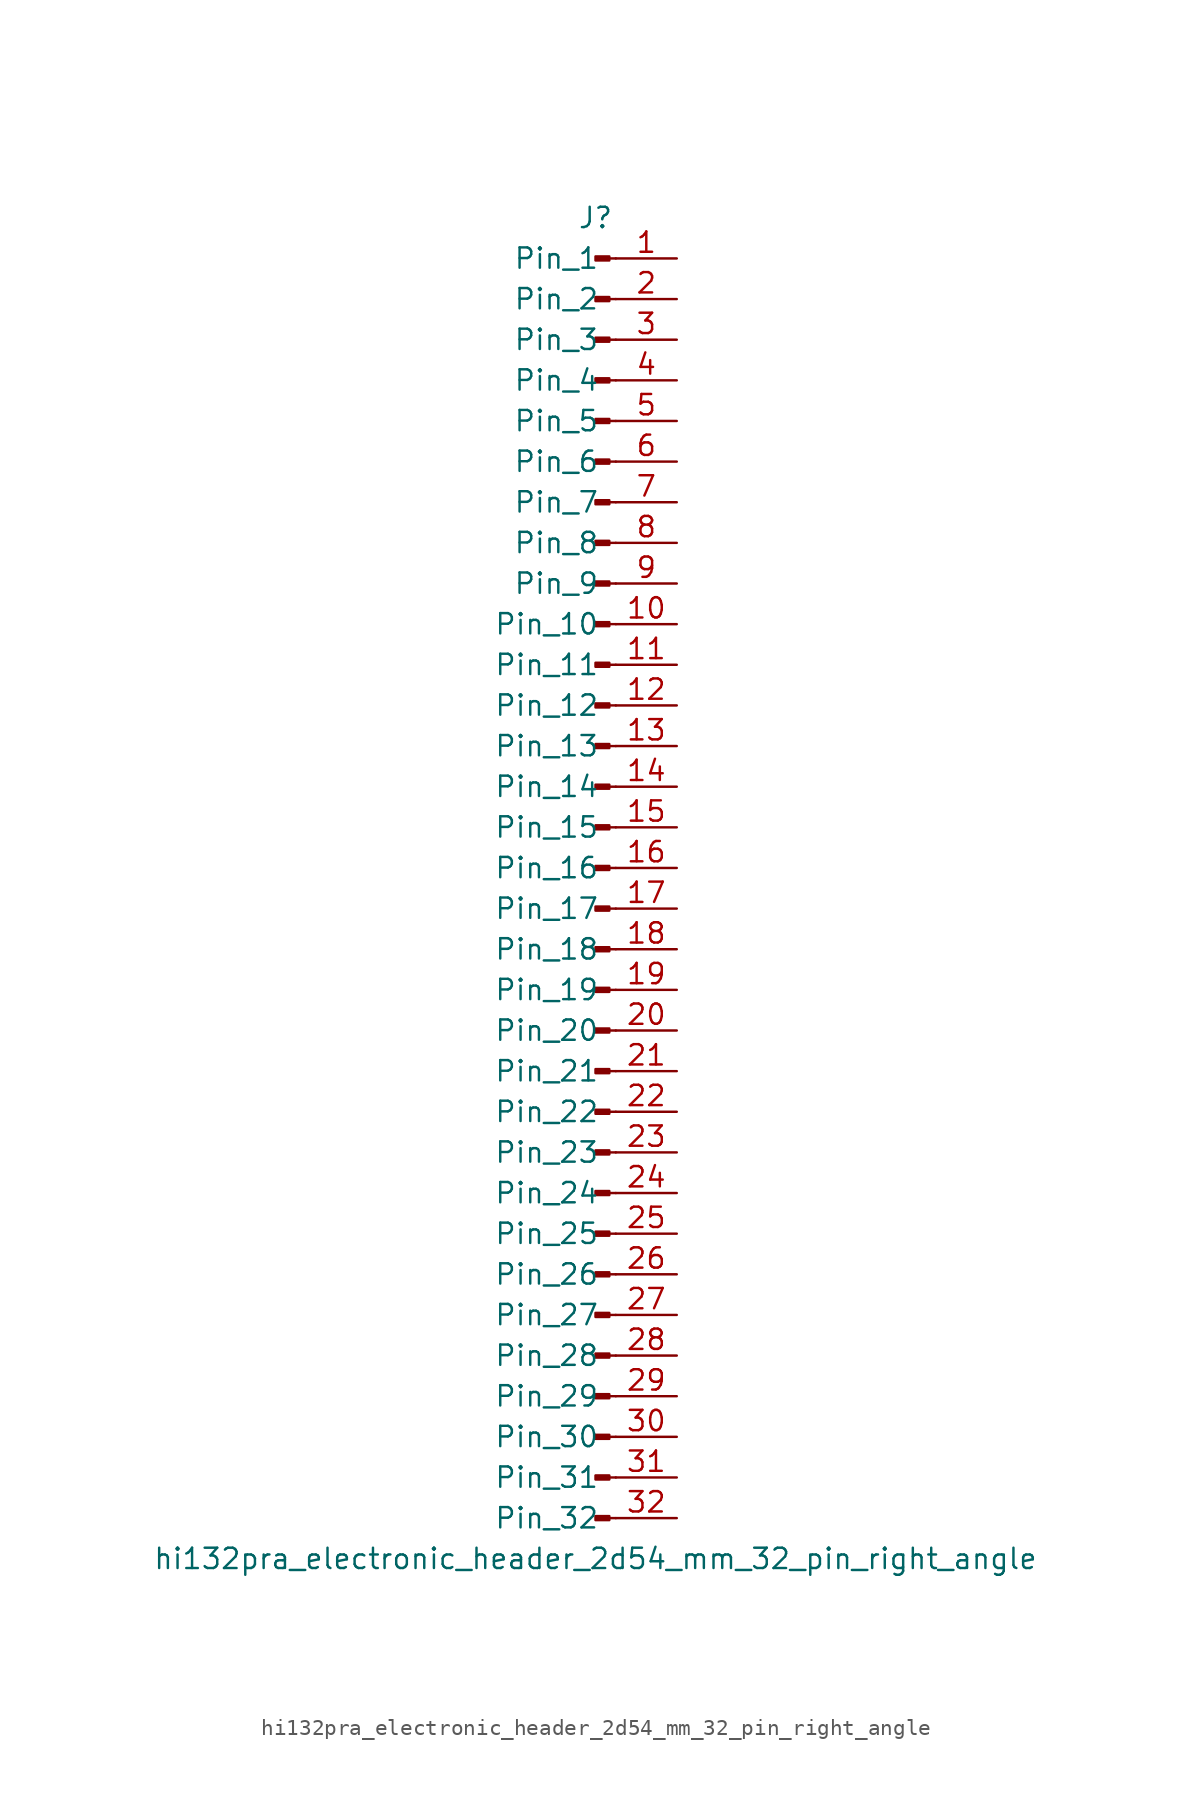
<source format=kicad_sym>
(kicad_symbol_lib
  (version 20220914)
  (generator kicad_symbol_editor)
  (symbol "hi132pra_electronic_header_2d54_mm_32_pin_right_angle"
    (pin_names
      (offset 1.016))
    (property "Reference" "J"
      (at 0 40.64 0)
      (effects (font (size 1.27 1.27))))
    (property "Value" "hi132pra_electronic_header_2d54_mm_32_pin_right_angle"
      (at 0 -43.18 0)
      (effects (font (size 1.27 1.27))))
    (property "ki_locked" ""
      (at 0 0 0)
      (effects (font (size 1.27 1.27))))
    (symbol "hi132pra_electronic_header_2d54_mm_32_pin_right_angle_1_1"
      (polyline (pts (xy 1.27 -40.64) (xy 0.864 -40.64)) (stroke (width 0.152) (type default)) (fill (type none)))
      (polyline (pts (xy 1.27 -38.1) (xy 0.864 -38.1)) (stroke (width 0.152) (type default)) (fill (type none)))
      (polyline (pts (xy 1.27 -35.56) (xy 0.864 -35.56)) (stroke (width 0.152) (type default)) (fill (type none)))
      (polyline (pts (xy 1.27 -33.02) (xy 0.864 -33.02)) (stroke (width 0.152) (type default)) (fill (type none)))
      (polyline (pts (xy 1.27 -30.48) (xy 0.864 -30.48)) (stroke (width 0.152) (type default)) (fill (type none)))
      (polyline (pts (xy 1.27 -27.94) (xy 0.864 -27.94)) (stroke (width 0.152) (type default)) (fill (type none)))
      (polyline (pts (xy 1.27 -25.4) (xy 0.864 -25.4)) (stroke (width 0.152) (type default)) (fill (type none)))
      (polyline (pts (xy 1.27 -22.86) (xy 0.864 -22.86)) (stroke (width 0.152) (type default)) (fill (type none)))
      (polyline (pts (xy 1.27 -20.32) (xy 0.864 -20.32)) (stroke (width 0.152) (type default)) (fill (type none)))
      (polyline (pts (xy 1.27 -17.78) (xy 0.864 -17.78)) (stroke (width 0.152) (type default)) (fill (type none)))
      (polyline (pts (xy 1.27 -15.24) (xy 0.864 -15.24)) (stroke (width 0.152) (type default)) (fill (type none)))
      (polyline (pts (xy 1.27 -12.7) (xy 0.864 -12.7)) (stroke (width 0.152) (type default)) (fill (type none)))
      (polyline (pts (xy 1.27 -10.16) (xy 0.864 -10.16)) (stroke (width 0.152) (type default)) (fill (type none)))
      (polyline (pts (xy 1.27 -7.62) (xy 0.864 -7.62)) (stroke (width 0.152) (type default)) (fill (type none)))
      (polyline (pts (xy 1.27 -5.08) (xy 0.864 -5.08)) (stroke (width 0.152) (type default)) (fill (type none)))
      (polyline (pts (xy 1.27 -2.54) (xy 0.864 -2.54)) (stroke (width 0.152) (type default)) (fill (type none)))
      (polyline (pts (xy 1.27 0) (xy 0.864 0)) (stroke (width 0.152) (type default)) (fill (type none)))
      (polyline (pts (xy 1.27 2.54) (xy 0.864 2.54)) (stroke (width 0.152) (type default)) (fill (type none)))
      (polyline (pts (xy 1.27 5.08) (xy 0.864 5.08)) (stroke (width 0.152) (type default)) (fill (type none)))
      (polyline (pts (xy 1.27 7.62) (xy 0.864 7.62)) (stroke (width 0.152) (type default)) (fill (type none)))
      (polyline (pts (xy 1.27 10.16) (xy 0.864 10.16)) (stroke (width 0.152) (type default)) (fill (type none)))
      (polyline (pts (xy 1.27 12.7) (xy 0.864 12.7)) (stroke (width 0.152) (type default)) (fill (type none)))
      (polyline (pts (xy 1.27 15.24) (xy 0.864 15.24)) (stroke (width 0.152) (type default)) (fill (type none)))
      (polyline (pts (xy 1.27 17.78) (xy 0.864 17.78)) (stroke (width 0.152) (type default)) (fill (type none)))
      (polyline (pts (xy 1.27 20.32) (xy 0.864 20.32)) (stroke (width 0.152) (type default)) (fill (type none)))
      (polyline (pts (xy 1.27 22.86) (xy 0.864 22.86)) (stroke (width 0.152) (type default)) (fill (type none)))
      (polyline (pts (xy 1.27 25.4) (xy 0.864 25.4)) (stroke (width 0.152) (type default)) (fill (type none)))
      (polyline (pts (xy 1.27 27.94) (xy 0.864 27.94)) (stroke (width 0.152) (type default)) (fill (type none)))
      (polyline (pts (xy 1.27 30.48) (xy 0.864 30.48)) (stroke (width 0.152) (type default)) (fill (type none)))
      (polyline (pts (xy 1.27 33.02) (xy 0.864 33.02)) (stroke (width 0.152) (type default)) (fill (type none)))
      (polyline (pts (xy 1.27 35.56) (xy 0.864 35.56)) (stroke (width 0.152) (type default)) (fill (type none)))
      (polyline (pts (xy 1.27 38.1) (xy 0.864 38.1)) (stroke (width 0.152) (type default)) (fill (type none)))
      (rectangle (start 0.864 -40.513) (end 0 -40.767) (stroke (width 0.152) (type default)) (fill (type outline)))
      (rectangle (start 0.864 -37.973) (end 0 -38.227) (stroke (width 0.152) (type default)) (fill (type outline)))
      (rectangle (start 0.864 -35.433) (end 0 -35.687) (stroke (width 0.152) (type default)) (fill (type outline)))
      (rectangle (start 0.864 -32.893) (end 0 -33.147) (stroke (width 0.152) (type default)) (fill (type outline)))
      (rectangle (start 0.864 -30.353) (end 0 -30.607) (stroke (width 0.152) (type default)) (fill (type outline)))
      (rectangle (start 0.864 -27.813) (end 0 -28.067) (stroke (width 0.152) (type default)) (fill (type outline)))
      (rectangle (start 0.864 -25.273) (end 0 -25.527) (stroke (width 0.152) (type default)) (fill (type outline)))
      (rectangle (start 0.864 -22.733) (end 0 -22.987) (stroke (width 0.152) (type default)) (fill (type outline)))
      (rectangle (start 0.864 -20.193) (end 0 -20.447) (stroke (width 0.152) (type default)) (fill (type outline)))
      (rectangle (start 0.864 -17.653) (end 0 -17.907) (stroke (width 0.152) (type default)) (fill (type outline)))
      (rectangle (start 0.864 -15.113) (end 0 -15.367) (stroke (width 0.152) (type default)) (fill (type outline)))
      (rectangle (start 0.864 -12.573) (end 0 -12.827) (stroke (width 0.152) (type default)) (fill (type outline)))
      (rectangle (start 0.864 -10.033) (end 0 -10.287) (stroke (width 0.152) (type default)) (fill (type outline)))
      (rectangle (start 0.864 -7.493) (end 0 -7.747) (stroke (width 0.152) (type default)) (fill (type outline)))
      (rectangle (start 0.864 -4.953) (end 0 -5.207) (stroke (width 0.152) (type default)) (fill (type outline)))
      (rectangle (start 0.864 -2.413) (end 0 -2.667) (stroke (width 0.152) (type default)) (fill (type outline)))
      (rectangle (start 0.864 0.127) (end 0 -0.127) (stroke (width 0.152) (type default)) (fill (type outline)))
      (rectangle (start 0.864 2.667) (end 0 2.413) (stroke (width 0.152) (type default)) (fill (type outline)))
      (rectangle (start 0.864 5.207) (end 0 4.953) (stroke (width 0.152) (type default)) (fill (type outline)))
      (rectangle (start 0.864 7.747) (end 0 7.493) (stroke (width 0.152) (type default)) (fill (type outline)))
      (rectangle (start 0.864 10.287) (end 0 10.033) (stroke (width 0.152) (type default)) (fill (type outline)))
      (rectangle (start 0.864 12.827) (end 0 12.573) (stroke (width 0.152) (type default)) (fill (type outline)))
      (rectangle (start 0.864 15.367) (end 0 15.113) (stroke (width 0.152) (type default)) (fill (type outline)))
      (rectangle (start 0.864 17.907) (end 0 17.653) (stroke (width 0.152) (type default)) (fill (type outline)))
      (rectangle (start 0.864 20.447) (end 0 20.193) (stroke (width 0.152) (type default)) (fill (type outline)))
      (rectangle (start 0.864 22.987) (end 0 22.733) (stroke (width 0.152) (type default)) (fill (type outline)))
      (rectangle (start 0.864 25.527) (end 0 25.273) (stroke (width 0.152) (type default)) (fill (type outline)))
      (rectangle (start 0.864 28.067) (end 0 27.813) (stroke (width 0.152) (type default)) (fill (type outline)))
      (rectangle (start 0.864 30.607) (end 0 30.353) (stroke (width 0.152) (type default)) (fill (type outline)))
      (rectangle (start 0.864 33.147) (end 0 32.893) (stroke (width 0.152) (type default)) (fill (type outline)))
      (rectangle (start 0.864 35.687) (end 0 35.433) (stroke (width 0.152) (type default)) (fill (type outline)))
      (rectangle (start 0.864 38.227) (end 0 37.973) (stroke (width 0.152) (type default)) (fill (type outline)))
      (pin passive line (at 5.08 38.1 180) (length 3.81) (name "Pin_1" (effects (font (size 1.27 1.27)))) (number "1" (effects (font (size 1.27 1.27)))))
      (pin passive line (at 5.08 15.24 180) (length 3.81) (name "Pin_10" (effects (font (size 1.27 1.27)))) (number "10" (effects (font (size 1.27 1.27)))))
      (pin passive line (at 5.08 12.7 180) (length 3.81) (name "Pin_11" (effects (font (size 1.27 1.27)))) (number "11" (effects (font (size 1.27 1.27)))))
      (pin passive line (at 5.08 10.16 180) (length 3.81) (name "Pin_12" (effects (font (size 1.27 1.27)))) (number "12" (effects (font (size 1.27 1.27)))))
      (pin passive line (at 5.08 7.62 180) (length 3.81) (name "Pin_13" (effects (font (size 1.27 1.27)))) (number "13" (effects (font (size 1.27 1.27)))))
      (pin passive line (at 5.08 5.08 180) (length 3.81) (name "Pin_14" (effects (font (size 1.27 1.27)))) (number "14" (effects (font (size 1.27 1.27)))))
      (pin passive line (at 5.08 2.54 180) (length 3.81) (name "Pin_15" (effects (font (size 1.27 1.27)))) (number "15" (effects (font (size 1.27 1.27)))))
      (pin passive line (at 5.08 0 180) (length 3.81) (name "Pin_16" (effects (font (size 1.27 1.27)))) (number "16" (effects (font (size 1.27 1.27)))))
      (pin passive line (at 5.08 -2.54 180) (length 3.81) (name "Pin_17" (effects (font (size 1.27 1.27)))) (number "17" (effects (font (size 1.27 1.27)))))
      (pin passive line (at 5.08 -5.08 180) (length 3.81) (name "Pin_18" (effects (font (size 1.27 1.27)))) (number "18" (effects (font (size 1.27 1.27)))))
      (pin passive line (at 5.08 -7.62 180) (length 3.81) (name "Pin_19" (effects (font (size 1.27 1.27)))) (number "19" (effects (font (size 1.27 1.27)))))
      (pin passive line (at 5.08 35.56 180) (length 3.81) (name "Pin_2" (effects (font (size 1.27 1.27)))) (number "2" (effects (font (size 1.27 1.27)))))
      (pin passive line (at 5.08 -10.16 180) (length 3.81) (name "Pin_20" (effects (font (size 1.27 1.27)))) (number "20" (effects (font (size 1.27 1.27)))))
      (pin passive line (at 5.08 -12.7 180) (length 3.81) (name "Pin_21" (effects (font (size 1.27 1.27)))) (number "21" (effects (font (size 1.27 1.27)))))
      (pin passive line (at 5.08 -15.24 180) (length 3.81) (name "Pin_22" (effects (font (size 1.27 1.27)))) (number "22" (effects (font (size 1.27 1.27)))))
      (pin passive line (at 5.08 -17.78 180) (length 3.81) (name "Pin_23" (effects (font (size 1.27 1.27)))) (number "23" (effects (font (size 1.27 1.27)))))
      (pin passive line (at 5.08 -20.32 180) (length 3.81) (name "Pin_24" (effects (font (size 1.27 1.27)))) (number "24" (effects (font (size 1.27 1.27)))))
      (pin passive line (at 5.08 -22.86 180) (length 3.81) (name "Pin_25" (effects (font (size 1.27 1.27)))) (number "25" (effects (font (size 1.27 1.27)))))
      (pin passive line (at 5.08 -25.4 180) (length 3.81) (name "Pin_26" (effects (font (size 1.27 1.27)))) (number "26" (effects (font (size 1.27 1.27)))))
      (pin passive line (at 5.08 -27.94 180) (length 3.81) (name "Pin_27" (effects (font (size 1.27 1.27)))) (number "27" (effects (font (size 1.27 1.27)))))
      (pin passive line (at 5.08 -30.48 180) (length 3.81) (name "Pin_28" (effects (font (size 1.27 1.27)))) (number "28" (effects (font (size 1.27 1.27)))))
      (pin passive line (at 5.08 -33.02 180) (length 3.81) (name "Pin_29" (effects (font (size 1.27 1.27)))) (number "29" (effects (font (size 1.27 1.27)))))
      (pin passive line (at 5.08 33.02 180) (length 3.81) (name "Pin_3" (effects (font (size 1.27 1.27)))) (number "3" (effects (font (size 1.27 1.27)))))
      (pin passive line (at 5.08 -35.56 180) (length 3.81) (name "Pin_30" (effects (font (size 1.27 1.27)))) (number "30" (effects (font (size 1.27 1.27)))))
      (pin passive line (at 5.08 -38.1 180) (length 3.81) (name "Pin_31" (effects (font (size 1.27 1.27)))) (number "31" (effects (font (size 1.27 1.27)))))
      (pin passive line (at 5.08 -40.64 180) (length 3.81) (name "Pin_32" (effects (font (size 1.27 1.27)))) (number "32" (effects (font (size 1.27 1.27)))))
      (pin passive line (at 5.08 30.48 180) (length 3.81) (name "Pin_4" (effects (font (size 1.27 1.27)))) (number "4" (effects (font (size 1.27 1.27)))))
      (pin passive line (at 5.08 27.94 180) (length 3.81) (name "Pin_5" (effects (font (size 1.27 1.27)))) (number "5" (effects (font (size 1.27 1.27)))))
      (pin passive line (at 5.08 25.4 180) (length 3.81) (name "Pin_6" (effects (font (size 1.27 1.27)))) (number "6" (effects (font (size 1.27 1.27)))))
      (pin passive line (at 5.08 22.86 180) (length 3.81) (name "Pin_7" (effects (font (size 1.27 1.27)))) (number "7" (effects (font (size 1.27 1.27)))))
      (pin passive line (at 5.08 20.32 180) (length 3.81) (name "Pin_8" (effects (font (size 1.27 1.27)))) (number "8" (effects (font (size 1.27 1.27)))))
      (pin passive line (at 5.08 17.78 180) (length 3.81) (name "Pin_9" (effects (font (size 1.27 1.27)))) (number "9" (effects (font (size 1.27 1.27))))))))
</source>
